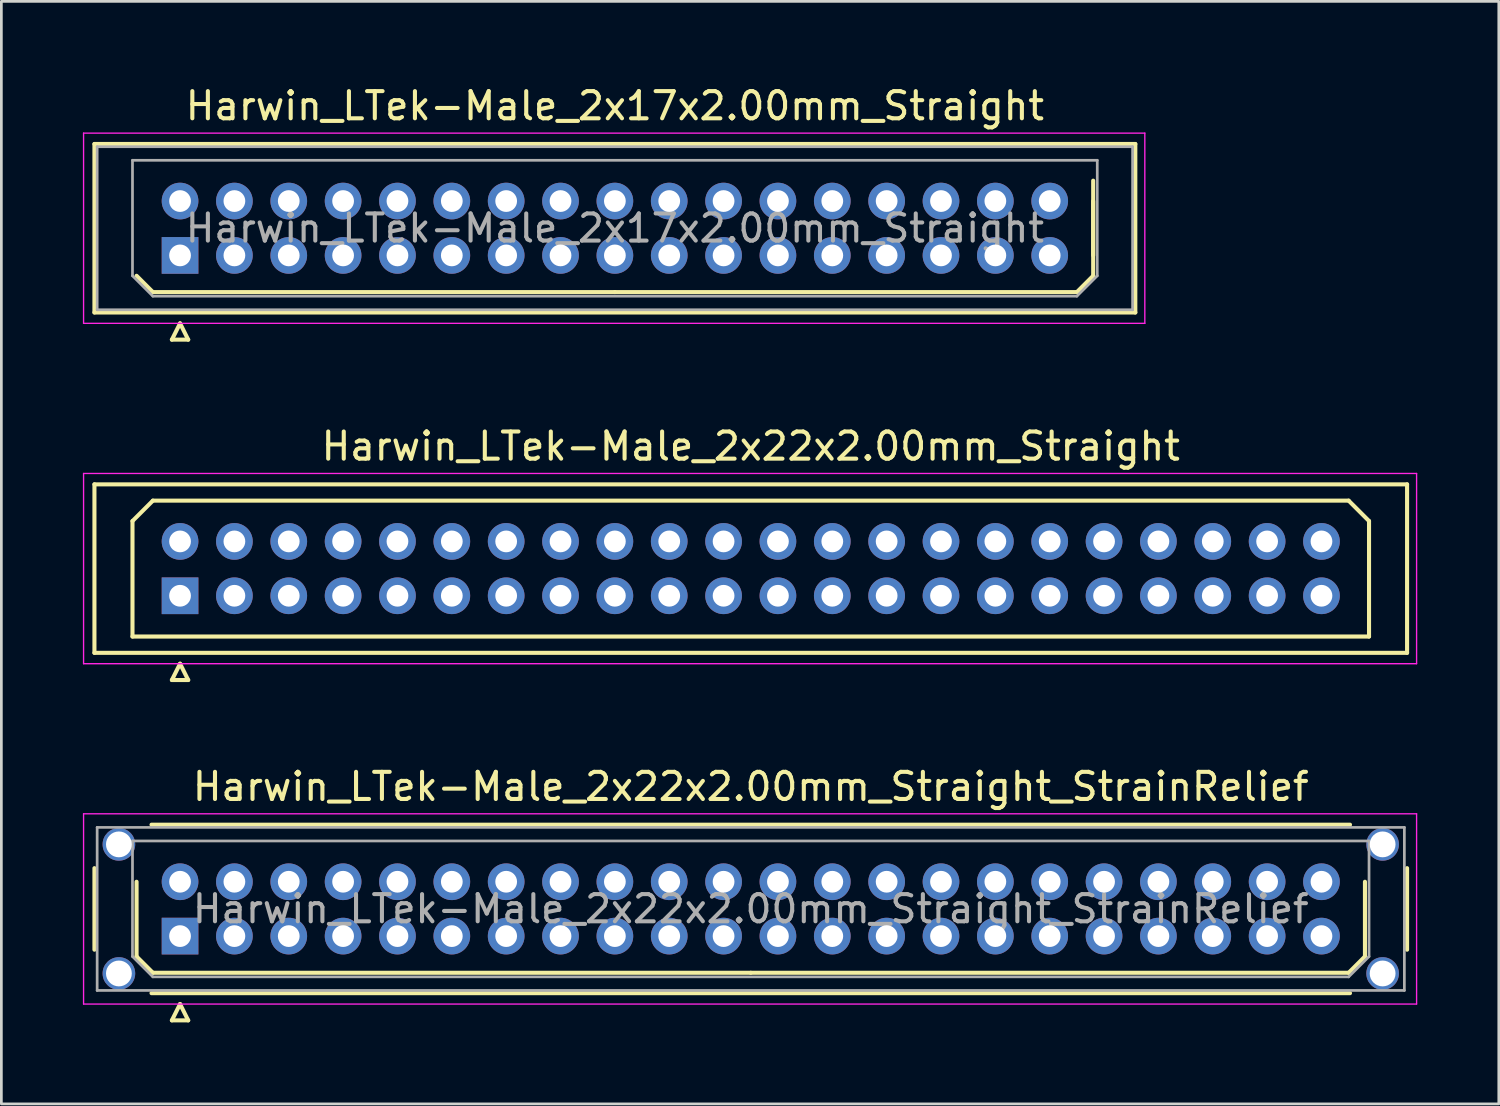
<source format=kicad_pcb>
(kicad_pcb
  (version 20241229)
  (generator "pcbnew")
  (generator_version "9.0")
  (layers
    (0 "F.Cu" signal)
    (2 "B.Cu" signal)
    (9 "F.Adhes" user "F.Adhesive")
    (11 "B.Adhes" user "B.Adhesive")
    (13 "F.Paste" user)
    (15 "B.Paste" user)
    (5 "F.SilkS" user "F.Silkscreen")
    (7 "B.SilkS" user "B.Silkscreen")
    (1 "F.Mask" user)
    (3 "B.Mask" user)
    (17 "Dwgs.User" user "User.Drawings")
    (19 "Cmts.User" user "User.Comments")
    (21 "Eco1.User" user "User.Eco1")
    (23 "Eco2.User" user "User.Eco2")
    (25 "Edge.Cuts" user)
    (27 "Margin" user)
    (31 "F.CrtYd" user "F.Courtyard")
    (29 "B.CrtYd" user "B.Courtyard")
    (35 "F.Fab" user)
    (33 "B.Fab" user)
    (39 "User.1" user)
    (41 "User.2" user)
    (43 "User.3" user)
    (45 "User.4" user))
  (footprint "Harwin_LTek-Male_2x22x2.00mm_Straight"
    (layer "F.Cu")
    (at 3.575 18.872)
    (property "Reference" "Harwin_LTek-Male_2x22x2.00mm_Straight" (at 21 -5.5 0) (layer "F.SilkS") (effects (font (size 1 1) (thickness 0.15))))
    (attr through_hole)
    (fp_line (start -3.15 -4.1) (end -3.15 2.1) (stroke (width 0.15) (type solid)) (layer "F.SilkS"))
    (fp_line (start -3.15 2.1) (end 45.15 2.1) (stroke (width 0.15) (type solid)) (layer "F.SilkS"))
    (fp_line (start -1.75 -2.75) (end -1 -3.5) (stroke (width 0.15) (type solid)) (layer "F.SilkS"))
    (fp_line (start -1.75 1.5) (end -1.75 -2.75) (stroke (width 0.15) (type solid)) (layer "F.SilkS"))
    (fp_line (start -1 -3.5) (end 43 -3.5) (stroke (width 0.15) (type solid)) (layer "F.SilkS"))
    (fp_line (start -0.3 3.1) (end 0.3 3.1) (stroke (width 0.15) (type solid)) (layer "F.SilkS"))
    (fp_line (start 0 2.5) (end -0.3 3.1) (stroke (width 0.15) (type solid)) (layer "F.SilkS"))
    (fp_line (start 0.3 3.1) (end 0 2.5) (stroke (width 0.15) (type solid)) (layer "F.SilkS"))
    (fp_line (start 43 -3.5) (end 43.75 -2.75) (stroke (width 0.15) (type solid)) (layer "F.SilkS"))
    (fp_line (start 43.75 -2.75) (end 43.75 1.5) (stroke (width 0.15) (type solid)) (layer "F.SilkS"))
    (fp_line (start 43.75 1.5) (end -1.75 1.5) (stroke (width 0.15) (type solid)) (layer "F.SilkS"))
    (fp_line (start 45.15 -4.1) (end -3.15 -4.1) (stroke (width 0.15) (type solid)) (layer "F.SilkS"))
    (fp_line (start 45.15 2.1) (end 45.15 -4.1) (stroke (width 0.15) (type solid)) (layer "F.SilkS"))
    (fp_line (start -3.55 -4.5) (end -3.55 2.5) (stroke (width 0.05) (type solid)) (layer "F.CrtYd"))
    (fp_line (start -3.55 2.5) (end 45.5 2.5) (stroke (width 0.05) (type solid)) (layer "F.CrtYd"))
    (fp_line (start 45.5 -4.5) (end -3.55 -4.5) (stroke (width 0.05) (type solid)) (layer "F.CrtYd"))
    (fp_line (start 45.5 2.5) (end 45.5 -4.5) (stroke (width 0.05) (type solid)) (layer "F.CrtYd"))
    (pad "1" thru_hole rect (at 0 0) (size 1.35 1.35) (drill 0.8) (layers "*.Cu" "*.Mask"))
    (pad "2" thru_hole circle (at 0 -2) (size 1.35 1.35) (drill 0.8) (layers "*.Cu" "*.Mask"))
    (pad "3" thru_hole circle (at 2 0) (size 1.35 1.35) (drill 0.8) (layers "*.Cu" "*.Mask"))
    (pad "4" thru_hole circle (at 2 -2) (size 1.35 1.35) (drill 0.8) (layers "*.Cu" "*.Mask"))
    (pad "5" thru_hole circle (at 4 0) (size 1.35 1.35) (drill 0.8) (layers "*.Cu" "*.Mask"))
    (pad "6" thru_hole circle (at 4 -2) (size 1.35 1.35) (drill 0.8) (layers "*.Cu" "*.Mask"))
    (pad "7" thru_hole circle (at 6 0) (size 1.35 1.35) (drill 0.8) (layers "*.Cu" "*.Mask"))
    (pad "8" thru_hole circle (at 6 -2) (size 1.35 1.35) (drill 0.8) (layers "*.Cu" "*.Mask"))
    (pad "9" thru_hole circle (at 8 0) (size 1.35 1.35) (drill 0.8) (layers "*.Cu" "*.Mask"))
    (pad "10" thru_hole circle (at 8 -2) (size 1.35 1.35) (drill 0.8) (layers "*.Cu" "*.Mask"))
    (pad "11" thru_hole circle (at 10 0) (size 1.35 1.35) (drill 0.8) (layers "*.Cu" "*.Mask"))
    (pad "12" thru_hole circle (at 10 -2) (size 1.35 1.35) (drill 0.8) (layers "*.Cu" "*.Mask"))
    (pad "13" thru_hole circle (at 12 0) (size 1.35 1.35) (drill 0.8) (layers "*.Cu" "*.Mask"))
    (pad "14" thru_hole circle (at 12 -2) (size 1.35 1.35) (drill 0.8) (layers "*.Cu" "*.Mask"))
    (pad "15" thru_hole circle (at 14 0) (size 1.35 1.35) (drill 0.8) (layers "*.Cu" "*.Mask"))
    (pad "16" thru_hole circle (at 14 -2) (size 1.35 1.35) (drill 0.8) (layers "*.Cu" "*.Mask"))
    (pad "17" thru_hole circle (at 16 0) (size 1.35 1.35) (drill 0.8) (layers "*.Cu" "*.Mask"))
    (pad "18" thru_hole circle (at 16 -2) (size 1.35 1.35) (drill 0.8) (layers "*.Cu" "*.Mask"))
    (pad "19" thru_hole circle (at 18 0) (size 1.35 1.35) (drill 0.8) (layers "*.Cu" "*.Mask"))
    (pad "20" thru_hole circle (at 18 -2) (size 1.35 1.35) (drill 0.8) (layers "*.Cu" "*.Mask"))
    (pad "21" thru_hole circle (at 20 0) (size 1.35 1.35) (drill 0.8) (layers "*.Cu" "*.Mask"))
    (pad "22" thru_hole circle (at 20 -2) (size 1.35 1.35) (drill 0.8) (layers "*.Cu" "*.Mask"))
    (pad "23" thru_hole circle (at 22 0) (size 1.35 1.35) (drill 0.8) (layers "*.Cu" "*.Mask"))
    (pad "24" thru_hole circle (at 22 -2) (size 1.35 1.35) (drill 0.8) (layers "*.Cu" "*.Mask"))
    (pad "25" thru_hole circle (at 24 0) (size 1.35 1.35) (drill 0.8) (layers "*.Cu" "*.Mask"))
    (pad "26" thru_hole circle (at 24 -2) (size 1.35 1.35) (drill 0.8) (layers "*.Cu" "*.Mask"))
    (pad "27" thru_hole circle (at 26 0) (size 1.35 1.35) (drill 0.8) (layers "*.Cu" "*.Mask"))
    (pad "28" thru_hole circle (at 26 -2) (size 1.35 1.35) (drill 0.8) (layers "*.Cu" "*.Mask"))
    (pad "29" thru_hole circle (at 28 0) (size 1.35 1.35) (drill 0.8) (layers "*.Cu" "*.Mask"))
    (pad "30" thru_hole circle (at 28 -2) (size 1.35 1.35) (drill 0.8) (layers "*.Cu" "*.Mask"))
    (pad "31" thru_hole circle (at 30 0) (size 1.35 1.35) (drill 0.8) (layers "*.Cu" "*.Mask"))
    (pad "32" thru_hole circle (at 30 -2) (size 1.35 1.35) (drill 0.8) (layers "*.Cu" "*.Mask"))
    (pad "33" thru_hole circle (at 32 0) (size 1.35 1.35) (drill 0.8) (layers "*.Cu" "*.Mask"))
    (pad "34" thru_hole circle (at 32 -2) (size 1.35 1.35) (drill 0.8) (layers "*.Cu" "*.Mask"))
    (pad "35" thru_hole circle (at 34 0) (size 1.35 1.35) (drill 0.8) (layers "*.Cu" "*.Mask"))
    (pad "36" thru_hole circle (at 34 -2) (size 1.35 1.35) (drill 0.8) (layers "*.Cu" "*.Mask"))
    (pad "37" thru_hole circle (at 36 0) (size 1.35 1.35) (drill 0.8) (layers "*.Cu" "*.Mask"))
    (pad "38" thru_hole circle (at 36 -2) (size 1.35 1.35) (drill 0.8) (layers "*.Cu" "*.Mask"))
    (pad "39" thru_hole circle (at 38 0) (size 1.35 1.35) (drill 0.8) (layers "*.Cu" "*.Mask"))
    (pad "40" thru_hole circle (at 38 -2) (size 1.35 1.35) (drill 0.8) (layers "*.Cu" "*.Mask"))
    (pad "41" thru_hole circle (at 40 0) (size 1.35 1.35) (drill 0.8) (layers "*.Cu" "*.Mask"))
    (pad "42" thru_hole circle (at 40 -2) (size 1.35 1.35) (drill 0.8) (layers "*.Cu" "*.Mask"))
    (pad "43" thru_hole circle (at 42 0) (size 1.35 1.35) (drill 0.8) (layers "*.Cu" "*.Mask"))
    (pad "44" thru_hole circle (at 42 -2) (size 1.35 1.35) (drill 0.8) (layers "*.Cu" "*.Mask")))
  (footprint "Harwin_LTek-Male_2x17x2.00mm_Straight"
    (layer "F.Cu")
    (at 3.575 6.348)
    (property "Reference" "Harwin_LTek-Male_2x17x2.00mm_Straight" (at 16 -5.5 0) (layer "F.SilkS") (effects (font (size 1 1) (thickness 0.15))))
    (attr through_hole)
    (fp_line (start -3.15 -4.1) (end -3.15 2.1) (stroke (width 0.15) (type solid)) (layer "F.SilkS"))
    (fp_line (start -3.15 2.1) (end 35.15 2.1) (stroke (width 0.15) (type solid)) (layer "F.SilkS"))
    (fp_line (start -1.6 0.75) (end -1 1.35) (stroke (width 0.15) (type solid)) (layer "F.SilkS"))
    (fp_line (start -1 1.35) (end 16 1.35) (stroke (width 0.15) (type solid)) (layer "F.SilkS"))
    (fp_line (start -0.3 3.1) (end 0.3 3.1) (stroke (width 0.15) (type solid)) (layer "F.SilkS"))
    (fp_line (start 0 2.5) (end -0.3 3.1) (stroke (width 0.15) (type solid)) (layer "F.SilkS"))
    (fp_line (start 0.3 3.1) (end 0 2.5) (stroke (width 0.15) (type solid)) (layer "F.SilkS"))
    (fp_line (start 33 1.35) (end 16 1.35) (stroke (width 0.15) (type solid)) (layer "F.SilkS"))
    (fp_line (start 33.6 -2) (end 33.6 0.75) (stroke (width 0.15) (type solid)) (layer "F.SilkS"))
    (fp_line (start 33.6 0) (end 33.6 -2.75) (stroke (width 0.15) (type solid)) (layer "F.SilkS"))
    (fp_line (start 33.6 0.75) (end 33 1.35) (stroke (width 0.15) (type solid)) (layer "F.SilkS"))
    (fp_line (start 35.15 -4.1) (end -3.15 -4.1) (stroke (width 0.15) (type solid)) (layer "F.SilkS"))
    (fp_line (start 35.15 2.1) (end 35.15 -4.1) (stroke (width 0.15) (type solid)) (layer "F.SilkS"))
    (fp_line (start -3.55 -4.5) (end -3.55 2.5) (stroke (width 0.05) (type solid)) (layer "F.CrtYd"))
    (fp_line (start -3.55 2.5) (end 35.5 2.5) (stroke (width 0.05) (type solid)) (layer "F.CrtYd"))
    (fp_line (start 35.5 -4.5) (end -3.55 -4.5) (stroke (width 0.05) (type solid)) (layer "F.CrtYd"))
    (fp_line (start 35.5 2.5) (end 35.5 -4.5) (stroke (width 0.05) (type solid)) (layer "F.CrtYd"))
    (fp_line (start -3.05 -4) (end -3.05 2) (stroke (width 0.1) (type solid)) (layer "F.Fab"))
    (fp_line (start -3.05 2) (end 35.05 2) (stroke (width 0.1) (type solid)) (layer "F.Fab"))
    (fp_line (start -1.75 -3.5) (end 33.75 -3.5) (stroke (width 0.1) (type solid)) (layer "F.Fab"))
    (fp_line (start -1.75 0.75) (end -1.75 -3.5) (stroke (width 0.1) (type solid)) (layer "F.Fab"))
    (fp_line (start -1 1.5) (end -1.75 0.75) (stroke (width 0.1) (type solid)) (layer "F.Fab"))
    (fp_line (start 33 1.5) (end -1 1.5) (stroke (width 0.1) (type solid)) (layer "F.Fab"))
    (fp_line (start 33.75 -3.5) (end 33.75 0.75) (stroke (width 0.1) (type solid)) (layer "F.Fab"))
    (fp_line (start 33.75 0.75) (end 33 1.5) (stroke (width 0.1) (type solid)) (layer "F.Fab"))
    (fp_line (start 35.05 -4) (end -3.05 -4) (stroke (width 0.1) (type solid)) (layer "F.Fab"))
    (fp_line (start 35.05 2) (end 35.05 -4) (stroke (width 0.1) (type solid)) (layer "F.Fab"))
    (fp_text user "${REFERENCE}" (at 16 -1 0) (layer "F.Fab") (effects (font (size 1 1) (thickness 0.15))))
    (pad "1" thru_hole rect (at 0 0) (size 1.35 1.35) (drill 0.8) (layers "*.Cu" "*.Mask"))
    (pad "2" thru_hole circle (at 0 -2) (size 1.35 1.35) (drill 0.8) (layers "*.Cu" "*.Mask"))
    (pad "3" thru_hole circle (at 2 0) (size 1.35 1.35) (drill 0.8) (layers "*.Cu" "*.Mask"))
    (pad "4" thru_hole circle (at 2 -2) (size 1.35 1.35) (drill 0.8) (layers "*.Cu" "*.Mask"))
    (pad "5" thru_hole circle (at 4 0) (size 1.35 1.35) (drill 0.8) (layers "*.Cu" "*.Mask"))
    (pad "6" thru_hole circle (at 4 -2) (size 1.35 1.35) (drill 0.8) (layers "*.Cu" "*.Mask"))
    (pad "7" thru_hole circle (at 6 0) (size 1.35 1.35) (drill 0.8) (layers "*.Cu" "*.Mask"))
    (pad "8" thru_hole circle (at 6 -2) (size 1.35 1.35) (drill 0.8) (layers "*.Cu" "*.Mask"))
    (pad "9" thru_hole circle (at 8 0) (size 1.35 1.35) (drill 0.8) (layers "*.Cu" "*.Mask"))
    (pad "10" thru_hole circle (at 8 -2) (size 1.35 1.35) (drill 0.8) (layers "*.Cu" "*.Mask"))
    (pad "11" thru_hole circle (at 10 0) (size 1.35 1.35) (drill 0.8) (layers "*.Cu" "*.Mask"))
    (pad "12" thru_hole circle (at 10 -2) (size 1.35 1.35) (drill 0.8) (layers "*.Cu" "*.Mask"))
    (pad "13" thru_hole circle (at 12 0) (size 1.35 1.35) (drill 0.8) (layers "*.Cu" "*.Mask"))
    (pad "14" thru_hole circle (at 12 -2) (size 1.35 1.35) (drill 0.8) (layers "*.Cu" "*.Mask"))
    (pad "15" thru_hole circle (at 14 0) (size 1.35 1.35) (drill 0.8) (layers "*.Cu" "*.Mask"))
    (pad "16" thru_hole circle (at 14 -2) (size 1.35 1.35) (drill 0.8) (layers "*.Cu" "*.Mask"))
    (pad "17" thru_hole circle (at 16 0) (size 1.35 1.35) (drill 0.8) (layers "*.Cu" "*.Mask"))
    (pad "18" thru_hole circle (at 16 -2) (size 1.35 1.35) (drill 0.8) (layers "*.Cu" "*.Mask"))
    (pad "19" thru_hole circle (at 18 0) (size 1.35 1.35) (drill 0.8) (layers "*.Cu" "*.Mask"))
    (pad "20" thru_hole circle (at 18 -2) (size 1.35 1.35) (drill 0.8) (layers "*.Cu" "*.Mask"))
    (pad "21" thru_hole circle (at 20 0) (size 1.35 1.35) (drill 0.8) (layers "*.Cu" "*.Mask"))
    (pad "22" thru_hole circle (at 20 -2) (size 1.35 1.35) (drill 0.8) (layers "*.Cu" "*.Mask"))
    (pad "23" thru_hole circle (at 22 0) (size 1.35 1.35) (drill 0.8) (layers "*.Cu" "*.Mask"))
    (pad "24" thru_hole circle (at 22 -2) (size 1.35 1.35) (drill 0.8) (layers "*.Cu" "*.Mask"))
    (pad "25" thru_hole circle (at 24 0) (size 1.35 1.35) (drill 0.8) (layers "*.Cu" "*.Mask"))
    (pad "26" thru_hole circle (at 24 -2) (size 1.35 1.35) (drill 0.8) (layers "*.Cu" "*.Mask"))
    (pad "27" thru_hole circle (at 26 0) (size 1.35 1.35) (drill 0.8) (layers "*.Cu" "*.Mask"))
    (pad "28" thru_hole circle (at 26 -2) (size 1.35 1.35) (drill 0.8) (layers "*.Cu" "*.Mask"))
    (pad "29" thru_hole circle (at 28 0) (size 1.35 1.35) (drill 0.8) (layers "*.Cu" "*.Mask"))
    (pad "30" thru_hole circle (at 28 -2) (size 1.35 1.35) (drill 0.8) (layers "*.Cu" "*.Mask"))
    (pad "31" thru_hole circle (at 30 0) (size 1.35 1.35) (drill 0.8) (layers "*.Cu" "*.Mask"))
    (pad "32" thru_hole circle (at 30 -2) (size 1.35 1.35) (drill 0.8) (layers "*.Cu" "*.Mask"))
    (pad "33" thru_hole circle (at 32 0) (size 1.35 1.35) (drill 0.8) (layers "*.Cu" "*.Mask"))
    (pad "34" thru_hole circle (at 32 -2) (size 1.35 1.35) (drill 0.8) (layers "*.Cu" "*.Mask")))
  (footprint "Harwin_LTek-Male_2x22x2.00mm_Straight_StrainRelief"
    (layer "F.Cu")
    (at 3.575 31.395)
    (property "Reference" "Harwin_LTek-Male_2x22x2.00mm_Straight_StrainRelief" (at 21 -5.5 0) (layer "F.SilkS") (effects (font (size 1 1) (thickness 0.15))))
    (attr through_hole)
    (fp_line (start -3.15 -2.5) (end -3.15 0.5) (stroke (width 0.15) (type solid)) (layer "F.SilkS"))
    (fp_line (start -1.6 -2) (end -1.6 0.75) (stroke (width 0.15) (type solid)) (layer "F.SilkS"))
    (fp_line (start -1.6 0.75) (end -1 1.35) (stroke (width 0.15) (type solid)) (layer "F.SilkS"))
    (fp_line (start -1.05 -4.1) (end 43.05 -4.1) (stroke (width 0.15) (type solid)) (layer "F.SilkS"))
    (fp_line (start -1.05 2.1) (end 43.05 2.1) (stroke (width 0.15) (type solid)) (layer "F.SilkS"))
    (fp_line (start -1 1.35) (end 21 1.35) (stroke (width 0.15) (type solid)) (layer "F.SilkS"))
    (fp_line (start -0.3 3.1) (end 0.3 3.1) (stroke (width 0.15) (type solid)) (layer "F.SilkS"))
    (fp_line (start 0 2.5) (end -0.3 3.1) (stroke (width 0.15) (type solid)) (layer "F.SilkS"))
    (fp_line (start 0.3 3.1) (end 0 2.5) (stroke (width 0.15) (type solid)) (layer "F.SilkS"))
    (fp_line (start 43 1.35) (end 21 1.35) (stroke (width 0.15) (type solid)) (layer "F.SilkS"))
    (fp_line (start 43.6 -2) (end 43.6 0.75) (stroke (width 0.15) (type solid)) (layer "F.SilkS"))
    (fp_line (start 43.6 0.75) (end 43 1.35) (stroke (width 0.15) (type solid)) (layer "F.SilkS"))
    (fp_line (start 45.15 -2.5) (end 45.15 0.5) (stroke (width 0.15) (type solid)) (layer "F.SilkS"))
    (fp_line (start -3.55 -4.5) (end -3.55 2.5) (stroke (width 0.05) (type solid)) (layer "F.CrtYd"))
    (fp_line (start -3.55 2.5) (end 45.5 2.5) (stroke (width 0.05) (type solid)) (layer "F.CrtYd"))
    (fp_line (start 45.5 -4.5) (end -3.55 -4.5) (stroke (width 0.05) (type solid)) (layer "F.CrtYd"))
    (fp_line (start 45.5 2.5) (end 45.5 -4.5) (stroke (width 0.05) (type solid)) (layer "F.CrtYd"))
    (fp_line (start -3.05 -4) (end -3.05 2) (stroke (width 0.1) (type solid)) (layer "F.Fab"))
    (fp_line (start -3.05 2) (end 45.05 2) (stroke (width 0.1) (type solid)) (layer "F.Fab"))
    (fp_line (start -1.75 -3.5) (end 43.75 -3.5) (stroke (width 0.1) (type solid)) (layer "F.Fab"))
    (fp_line (start -1.75 0.75) (end -1.75 -3.5) (stroke (width 0.1) (type solid)) (layer "F.Fab"))
    (fp_line (start -1 1.5) (end -1.75 0.75) (stroke (width 0.1) (type solid)) (layer "F.Fab"))
    (fp_line (start 43 1.5) (end -1 1.5) (stroke (width 0.1) (type solid)) (layer "F.Fab"))
    (fp_line (start 43.75 -3.5) (end 43.75 0.75) (stroke (width 0.1) (type solid)) (layer "F.Fab"))
    (fp_line (start 43.75 0.75) (end 43 1.5) (stroke (width 0.1) (type solid)) (layer "F.Fab"))
    (fp_line (start 45.05 -4) (end -3.05 -4) (stroke (width 0.1) (type solid)) (layer "F.Fab"))
    (fp_line (start 45.05 2) (end 45.05 -4) (stroke (width 0.1) (type solid)) (layer "F.Fab"))
    (fp_text user "${REFERENCE}" (at 21 -1 0) (layer "F.Fab") (effects (font (size 1 1) (thickness 0.15))))
    (pad "" thru_hole circle (at -2.25 -3.375) (size 1.2 1.2) (drill 0.95) (layers "*.Cu" "*.Mask"))
    (pad "" thru_hole circle (at -2.25 1.375) (size 1.2 1.2) (drill 0.95) (layers "*.Cu" "*.Mask"))
    (pad "" thru_hole circle (at 44.25 -3.375) (size 1.2 1.2) (drill 0.95) (layers "*.Cu" "*.Mask"))
    (pad "" thru_hole circle (at 44.25 1.375) (size 1.2 1.2) (drill 0.95) (layers "*.Cu" "*.Mask"))
    (pad "1" thru_hole rect (at 0 0) (size 1.35 1.35) (drill 0.8) (layers "*.Cu" "*.Mask"))
    (pad "2" thru_hole circle (at 0 -2) (size 1.35 1.35) (drill 0.8) (layers "*.Cu" "*.Mask"))
    (pad "3" thru_hole circle (at 2 0) (size 1.35 1.35) (drill 0.8) (layers "*.Cu" "*.Mask"))
    (pad "4" thru_hole circle (at 2 -2) (size 1.35 1.35) (drill 0.8) (layers "*.Cu" "*.Mask"))
    (pad "5" thru_hole circle (at 4 0) (size 1.35 1.35) (drill 0.8) (layers "*.Cu" "*.Mask"))
    (pad "6" thru_hole circle (at 4 -2) (size 1.35 1.35) (drill 0.8) (layers "*.Cu" "*.Mask"))
    (pad "7" thru_hole circle (at 6 0) (size 1.35 1.35) (drill 0.8) (layers "*.Cu" "*.Mask"))
    (pad "8" thru_hole circle (at 6 -2) (size 1.35 1.35) (drill 0.8) (layers "*.Cu" "*.Mask"))
    (pad "9" thru_hole circle (at 8 0) (size 1.35 1.35) (drill 0.8) (layers "*.Cu" "*.Mask"))
    (pad "10" thru_hole circle (at 8 -2) (size 1.35 1.35) (drill 0.8) (layers "*.Cu" "*.Mask"))
    (pad "11" thru_hole circle (at 10 0) (size 1.35 1.35) (drill 0.8) (layers "*.Cu" "*.Mask"))
    (pad "12" thru_hole circle (at 10 -2) (size 1.35 1.35) (drill 0.8) (layers "*.Cu" "*.Mask"))
    (pad "13" thru_hole circle (at 12 0) (size 1.35 1.35) (drill 0.8) (layers "*.Cu" "*.Mask"))
    (pad "14" thru_hole circle (at 12 -2) (size 1.35 1.35) (drill 0.8) (layers "*.Cu" "*.Mask"))
    (pad "15" thru_hole circle (at 14 0) (size 1.35 1.35) (drill 0.8) (layers "*.Cu" "*.Mask"))
    (pad "16" thru_hole circle (at 14 -2) (size 1.35 1.35) (drill 0.8) (layers "*.Cu" "*.Mask"))
    (pad "17" thru_hole circle (at 16 0) (size 1.35 1.35) (drill 0.8) (layers "*.Cu" "*.Mask"))
    (pad "18" thru_hole circle (at 16 -2) (size 1.35 1.35) (drill 0.8) (layers "*.Cu" "*.Mask"))
    (pad "19" thru_hole circle (at 18 0) (size 1.35 1.35) (drill 0.8) (layers "*.Cu" "*.Mask"))
    (pad "20" thru_hole circle (at 18 -2) (size 1.35 1.35) (drill 0.8) (layers "*.Cu" "*.Mask"))
    (pad "21" thru_hole circle (at 20 0) (size 1.35 1.35) (drill 0.8) (layers "*.Cu" "*.Mask"))
    (pad "22" thru_hole circle (at 20 -2) (size 1.35 1.35) (drill 0.8) (layers "*.Cu" "*.Mask"))
    (pad "23" thru_hole circle (at 22 0) (size 1.35 1.35) (drill 0.8) (layers "*.Cu" "*.Mask"))
    (pad "24" thru_hole circle (at 22 -2) (size 1.35 1.35) (drill 0.8) (layers "*.Cu" "*.Mask"))
    (pad "25" thru_hole circle (at 24 0) (size 1.35 1.35) (drill 0.8) (layers "*.Cu" "*.Mask"))
    (pad "26" thru_hole circle (at 24 -2) (size 1.35 1.35) (drill 0.8) (layers "*.Cu" "*.Mask"))
    (pad "27" thru_hole circle (at 26 0) (size 1.35 1.35) (drill 0.8) (layers "*.Cu" "*.Mask"))
    (pad "28" thru_hole circle (at 26 -2) (size 1.35 1.35) (drill 0.8) (layers "*.Cu" "*.Mask"))
    (pad "29" thru_hole circle (at 28 0) (size 1.35 1.35) (drill 0.8) (layers "*.Cu" "*.Mask"))
    (pad "30" thru_hole circle (at 28 -2) (size 1.35 1.35) (drill 0.8) (layers "*.Cu" "*.Mask"))
    (pad "31" thru_hole circle (at 30 0) (size 1.35 1.35) (drill 0.8) (layers "*.Cu" "*.Mask"))
    (pad "32" thru_hole circle (at 30 -2) (size 1.35 1.35) (drill 0.8) (layers "*.Cu" "*.Mask"))
    (pad "33" thru_hole circle (at 32 0) (size 1.35 1.35) (drill 0.8) (layers "*.Cu" "*.Mask"))
    (pad "34" thru_hole circle (at 32 -2) (size 1.35 1.35) (drill 0.8) (layers "*.Cu" "*.Mask"))
    (pad "35" thru_hole circle (at 34 0) (size 1.35 1.35) (drill 0.8) (layers "*.Cu" "*.Mask"))
    (pad "36" thru_hole circle (at 34 -2) (size 1.35 1.35) (drill 0.8) (layers "*.Cu" "*.Mask"))
    (pad "37" thru_hole circle (at 36 0) (size 1.35 1.35) (drill 0.8) (layers "*.Cu" "*.Mask"))
    (pad "38" thru_hole circle (at 36 -2) (size 1.35 1.35) (drill 0.8) (layers "*.Cu" "*.Mask"))
    (pad "39" thru_hole circle (at 38 0) (size 1.35 1.35) (drill 0.8) (layers "*.Cu" "*.Mask"))
    (pad "40" thru_hole circle (at 38 -2) (size 1.35 1.35) (drill 0.8) (layers "*.Cu" "*.Mask"))
    (pad "41" thru_hole circle (at 40 0) (size 1.35 1.35) (drill 0.8) (layers "*.Cu" "*.Mask"))
    (pad "42" thru_hole circle (at 40 -2) (size 1.35 1.35) (drill 0.8) (layers "*.Cu" "*.Mask"))
    (pad "43" thru_hole circle (at 42 0) (size 1.35 1.35) (drill 0.8) (layers "*.Cu" "*.Mask"))
    (pad "44" thru_hole circle (at 42 -2) (size 1.35 1.35) (drill 0.8) (layers "*.Cu" "*.Mask")))
  (gr_rect
    (start -3 -3)
    (end 52.1 37.57)
    (stroke (width 0.1) (type default))
    (fill no)
    (layer "Edge.Cuts")))
</source>
